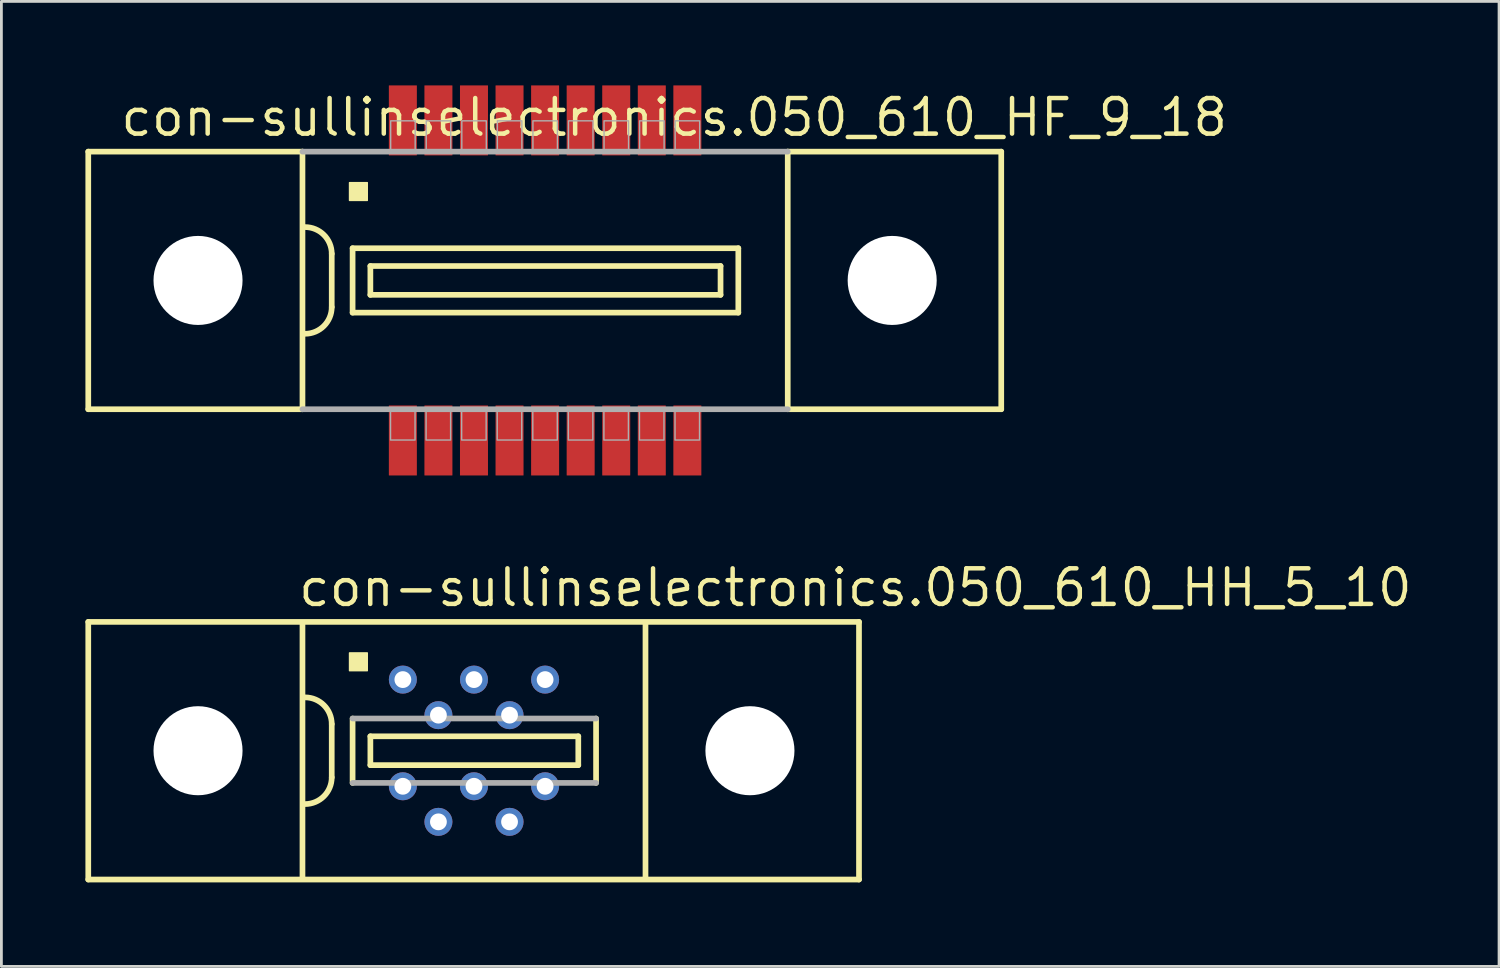
<source format=kicad_pcb>
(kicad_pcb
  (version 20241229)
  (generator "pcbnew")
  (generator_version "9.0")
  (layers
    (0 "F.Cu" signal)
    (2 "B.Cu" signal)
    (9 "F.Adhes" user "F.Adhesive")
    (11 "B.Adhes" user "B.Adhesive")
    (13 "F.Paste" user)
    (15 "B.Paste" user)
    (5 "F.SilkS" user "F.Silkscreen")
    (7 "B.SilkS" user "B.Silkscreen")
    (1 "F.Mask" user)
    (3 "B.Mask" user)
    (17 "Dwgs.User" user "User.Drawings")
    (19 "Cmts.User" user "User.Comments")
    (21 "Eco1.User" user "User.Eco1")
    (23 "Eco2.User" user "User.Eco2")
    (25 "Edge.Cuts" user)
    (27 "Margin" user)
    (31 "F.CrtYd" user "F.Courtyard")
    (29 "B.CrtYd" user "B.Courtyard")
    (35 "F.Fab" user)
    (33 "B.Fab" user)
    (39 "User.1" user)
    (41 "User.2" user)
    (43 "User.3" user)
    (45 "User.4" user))
  (footprint "con-sullinselectronics.050_610_HH_5_10"
    (layer "F.Cu")
    (at 13.877 23.76)
    (property "Reference" "con-sullinselectronics.050_610_HH_5_10" (at -6.35 -5.08 0) (layer "F.SilkS") (effects (font (size 1.27 1.27) (thickness 0.16)) (justify left bottom)))
    (attr through_hole)
    (fp_line (start -13.775 -4.6) (end -13.775 4.6) (stroke (width 0.203) (type default)) (layer "F.SilkS"))
    (fp_line (start -13.775 4.6) (end 13.75 4.6) (stroke (width 0.203) (type default)) (layer "F.SilkS"))
    (fp_line (start -6.125 -4.55) (end -6.125 4.55) (stroke (width 0.203) (type default)) (layer "F.SilkS"))
    (fp_line (start -5.08 -0.953) (end -5.08 0.953) (stroke (width 0.203) (type default)) (layer "F.SilkS"))
    (fp_line (start -4.335 -1.15) (end -4.335 1.15) (stroke (width 0.203) (type default)) (layer "F.SilkS"))
    (fp_line (start -3.7 -0.515) (end -3.7 0.515) (stroke (width 0.203) (type default)) (layer "F.SilkS"))
    (fp_line (start -3.7 0.515) (end 3.725 0.515) (stroke (width 0.203) (type default)) (layer "F.SilkS"))
    (fp_line (start 3.725 -0.515) (end -3.7 -0.515) (stroke (width 0.203) (type default)) (layer "F.SilkS"))
    (fp_line (start 3.725 0.515) (end 3.725 -0.515) (stroke (width 0.203) (type default)) (layer "F.SilkS"))
    (fp_line (start 4.36 1.15) (end 4.36 -1.15) (stroke (width 0.203) (type default)) (layer "F.SilkS"))
    (fp_line (start 6.125 4.55) (end 6.125 -4.55) (stroke (width 0.203) (type default)) (layer "F.SilkS"))
    (fp_line (start 13.75 -4.6) (end -13.775 -4.6) (stroke (width 0.203) (type default)) (layer "F.SilkS"))
    (fp_line (start 13.75 4.6) (end 13.75 -4.6) (stroke (width 0.203) (type default)) (layer "F.SilkS"))
    (fp_rect (start -4.445 -2.857) (end -3.81 -3.493) (stroke (width 0.05) (type default)) (fill yes) (layer "F.SilkS"))
    (fp_arc (start -6.0325 -1.905) (mid -5.358981 -1.626019) (end -5.08 -0.9525) (stroke (width 0.2032) (type default)) (layer "F.SilkS"))
    (fp_arc (start -5.08 0.9525) (mid -5.35901 1.62599) (end -6.0325 1.905) (stroke (width 0.2032) (type default)) (layer "F.SilkS"))
    (fp_line (start -4.335 1.15) (end 4.36 1.15) (stroke (width 0.203) (type default)) (layer "F.Fab"))
    (fp_line (start 4.36 -1.15) (end -4.335 -1.15) (stroke (width 0.203) (type default)) (layer "F.Fab"))
    (pad "" np_thru_hole circle (at -9.855 0) (size 3.18 3.18) (drill 3.18) (layers "*.Cu" "*.Mask"))
    (pad "" np_thru_hole circle (at 9.855 0) (size 3.18 3.18) (drill 3.18) (layers "*.Cu" "*.Mask"))
    (pad "1" thru_hole circle (at -2.54 -2.54) (size 1 1) (drill 0.6) (layers "*.Cu" "*.Mask"))
    (pad "2" thru_hole circle (at -1.27 -1.27) (size 1 1) (drill 0.6) (layers "*.Cu" "*.Mask"))
    (pad "3" thru_hole circle (at 0 -2.54) (size 1 1) (drill 0.6) (layers "*.Cu" "*.Mask"))
    (pad "4" thru_hole circle (at 1.27 -1.27) (size 1 1) (drill 0.6) (layers "*.Cu" "*.Mask"))
    (pad "5" thru_hole circle (at 2.54 -2.54) (size 1 1) (drill 0.6) (layers "*.Cu" "*.Mask"))
    (pad "6" thru_hole circle (at -2.54 1.27 180) (size 1 1) (drill 0.6) (layers "*.Cu" "*.Mask"))
    (pad "7" thru_hole circle (at -1.27 2.54 180) (size 1 1) (drill 0.6) (layers "*.Cu" "*.Mask"))
    (pad "8" thru_hole circle (at 0 1.27 180) (size 1 1) (drill 0.6) (layers "*.Cu" "*.Mask"))
    (pad "9" thru_hole circle (at 1.27 2.54 180) (size 1 1) (drill 0.6) (layers "*.Cu" "*.Mask"))
    (pad "10" thru_hole circle (at 2.54 1.27 180) (size 1 1) (drill 0.6) (layers "*.Cu" "*.Mask")))
  (footprint "con-sullinselectronics.050_610_HF_9_18"
    (layer "F.Cu")
    (at 16.417 6.965)
    (property "Reference" "con-sullinselectronics.050_610_HF_9_18" (at -15.24 -5.08 0) (layer "F.SilkS") (effects (font (size 1.27 1.27) (thickness 0.16)) (justify left bottom)))
    (attr smd)
    (fp_line (start -16.315 -4.6) (end -16.315 4.6) (stroke (width 0.203) (type default)) (layer "F.SilkS"))
    (fp_line (start -16.315 4.6) (end -8.665 4.6) (stroke (width 0.203) (type default)) (layer "F.SilkS"))
    (fp_line (start -8.665 -4.6) (end -16.315 -4.6) (stroke (width 0.203) (type default)) (layer "F.SilkS"))
    (fp_line (start -8.665 -4.6) (end -8.665 4.6) (stroke (width 0.203) (type default)) (layer "F.SilkS"))
    (fp_line (start -7.62 -0.953) (end -7.62 0.953) (stroke (width 0.203) (type default)) (layer "F.SilkS"))
    (fp_line (start -6.875 -1.15) (end -6.875 1.15) (stroke (width 0.203) (type default)) (layer "F.SilkS"))
    (fp_line (start -6.875 1.15) (end 6.9 1.15) (stroke (width 0.203) (type default)) (layer "F.SilkS"))
    (fp_line (start -6.24 -0.515) (end -6.24 0.515) (stroke (width 0.203) (type default)) (layer "F.SilkS"))
    (fp_line (start -6.24 0.515) (end 6.265 0.515) (stroke (width 0.203) (type default)) (layer "F.SilkS"))
    (fp_line (start 6.265 -0.515) (end -6.24 -0.515) (stroke (width 0.203) (type default)) (layer "F.SilkS"))
    (fp_line (start 6.265 0.515) (end 6.265 -0.515) (stroke (width 0.203) (type default)) (layer "F.SilkS"))
    (fp_line (start 6.9 -1.15) (end -6.875 -1.15) (stroke (width 0.203) (type default)) (layer "F.SilkS"))
    (fp_line (start 6.9 1.15) (end 6.9 -1.15) (stroke (width 0.203) (type default)) (layer "F.SilkS"))
    (fp_line (start 8.665 4.6) (end 8.665 -4.6) (stroke (width 0.203) (type default)) (layer "F.SilkS"))
    (fp_line (start 8.665 4.6) (end 16.29 4.6) (stroke (width 0.203) (type default)) (layer "F.SilkS"))
    (fp_line (start 16.29 -4.6) (end 8.665 -4.6) (stroke (width 0.203) (type default)) (layer "F.SilkS"))
    (fp_line (start 16.29 4.6) (end 16.29 -4.6) (stroke (width 0.203) (type default)) (layer "F.SilkS"))
    (fp_rect (start -6.985 -2.857) (end -6.35 -3.493) (stroke (width 0.05) (type default)) (fill yes) (layer "F.SilkS"))
    (fp_arc (start -8.5725 -1.905) (mid -7.898981 -1.626019) (end -7.62 -0.9525) (stroke (width 0.2032) (type default)) (layer "F.SilkS"))
    (fp_arc (start -7.62 0.9525) (mid -7.89901 1.62599) (end -8.5725 1.905) (stroke (width 0.2032) (type default)) (layer "F.SilkS"))
    (fp_line (start -8.665 4.6) (end 8.665 4.6) (stroke (width 0.203) (type default)) (layer "F.Fab"))
    (fp_line (start 8.665 -4.6) (end -8.665 -4.6) (stroke (width 0.203) (type default)) (layer "F.Fab"))
    (fp_rect (start -5.52 5.7) (end -4.645 4.65) (stroke (width 0.05) (type default)) (fill no) (layer "F.Fab"))
    (fp_rect (start -5.515 -4.65) (end -4.64 -5.7) (stroke (width 0.05) (type default)) (fill no) (layer "F.Fab"))
    (fp_rect (start -4.25 5.7) (end -3.375 4.65) (stroke (width 0.05) (type default)) (fill no) (layer "F.Fab"))
    (fp_rect (start -4.245 -4.65) (end -3.37 -5.7) (stroke (width 0.05) (type default)) (fill no) (layer "F.Fab"))
    (fp_rect (start -2.98 5.7) (end -2.105 4.65) (stroke (width 0.05) (type default)) (fill no) (layer "F.Fab"))
    (fp_rect (start -2.975 -4.65) (end -2.1 -5.7) (stroke (width 0.05) (type default)) (fill no) (layer "F.Fab"))
    (fp_rect (start -1.71 5.7) (end -0.835 4.65) (stroke (width 0.05) (type default)) (fill no) (layer "F.Fab"))
    (fp_rect (start -1.705 -4.65) (end -0.83 -5.7) (stroke (width 0.05) (type default)) (fill no) (layer "F.Fab"))
    (fp_rect (start -0.44 5.7) (end 0.435 4.65) (stroke (width 0.05) (type default)) (fill no) (layer "F.Fab"))
    (fp_rect (start -0.435 -4.65) (end 0.44 -5.7) (stroke (width 0.05) (type default)) (fill no) (layer "F.Fab"))
    (fp_rect (start 0.83 5.7) (end 1.705 4.65) (stroke (width 0.05) (type default)) (fill no) (layer "F.Fab"))
    (fp_rect (start 0.835 -4.65) (end 1.71 -5.7) (stroke (width 0.05) (type default)) (fill no) (layer "F.Fab"))
    (fp_rect (start 2.1 5.7) (end 2.975 4.65) (stroke (width 0.05) (type default)) (fill no) (layer "F.Fab"))
    (fp_rect (start 2.105 -4.65) (end 2.98 -5.7) (stroke (width 0.05) (type default)) (fill no) (layer "F.Fab"))
    (fp_rect (start 3.37 5.7) (end 4.245 4.65) (stroke (width 0.05) (type default)) (fill no) (layer "F.Fab"))
    (fp_rect (start 3.375 -4.65) (end 4.25 -5.7) (stroke (width 0.05) (type default)) (fill no) (layer "F.Fab"))
    (fp_rect (start 4.64 5.7) (end 5.515 4.65) (stroke (width 0.05) (type default)) (fill no) (layer "F.Fab"))
    (fp_rect (start 4.645 -4.65) (end 5.52 -5.7) (stroke (width 0.05) (type default)) (fill no) (layer "F.Fab"))
    (pad "" np_thru_hole circle (at -12.395 0) (size 3.18 3.18) (drill 3.18) (layers "*.Cu" "*.Mask"))
    (pad "" np_thru_hole circle (at 12.395 0) (size 3.18 3.18) (drill 3.18) (layers "*.Cu" "*.Mask"))
    (pad "1" smd roundrect (at -5.08 -5.715) (size 1 2.5) (layers "F.Cu" "F.Mask" "F.Paste") (roundrect_rratio 0.01))
    (pad "2" smd roundrect (at -3.81 -5.715) (size 1 2.5) (layers "F.Cu" "F.Mask" "F.Paste") (roundrect_rratio 0.01))
    (pad "3" smd roundrect (at -2.54 -5.715) (size 1 2.5) (layers "F.Cu" "F.Mask" "F.Paste") (roundrect_rratio 0.01))
    (pad "4" smd roundrect (at -1.27 -5.715) (size 1 2.5) (layers "F.Cu" "F.Mask" "F.Paste") (roundrect_rratio 0.01))
    (pad "5" smd roundrect (at 0 -5.715) (size 1 2.5) (layers "F.Cu" "F.Mask" "F.Paste") (roundrect_rratio 0.01))
    (pad "6" smd roundrect (at 1.27 -5.715) (size 1 2.5) (layers "F.Cu" "F.Mask" "F.Paste") (roundrect_rratio 0.01))
    (pad "7" smd roundrect (at 2.54 -5.715) (size 1 2.5) (layers "F.Cu" "F.Mask" "F.Paste") (roundrect_rratio 0.01))
    (pad "8" smd roundrect (at 3.81 -5.715) (size 1 2.5) (layers "F.Cu" "F.Mask" "F.Paste") (roundrect_rratio 0.01))
    (pad "9" smd roundrect (at 5.08 -5.715) (size 1 2.5) (layers "F.Cu" "F.Mask" "F.Paste") (roundrect_rratio 0.01))
    (pad "10" smd roundrect (at -5.08 5.715 180) (size 1 2.5) (layers "F.Cu" "F.Mask" "F.Paste") (roundrect_rratio 0.01))
    (pad "11" smd roundrect (at -3.81 5.715) (size 1 2.5) (layers "F.Cu" "F.Mask" "F.Paste") (roundrect_rratio 0.01))
    (pad "12" smd roundrect (at -2.54 5.715) (size 1 2.5) (layers "F.Cu" "F.Mask" "F.Paste") (roundrect_rratio 0.01))
    (pad "13" smd roundrect (at -1.27 5.715) (size 1 2.5) (layers "F.Cu" "F.Mask" "F.Paste") (roundrect_rratio 0.01))
    (pad "14" smd roundrect (at 0 5.715) (size 1 2.5) (layers "F.Cu" "F.Mask" "F.Paste") (roundrect_rratio 0.01))
    (pad "15" smd roundrect (at 1.27 5.715) (size 1 2.5) (layers "F.Cu" "F.Mask" "F.Paste") (roundrect_rratio 0.01))
    (pad "16" smd roundrect (at 2.54 5.715) (size 1 2.5) (layers "F.Cu" "F.Mask" "F.Paste") (roundrect_rratio 0.01))
    (pad "17" smd roundrect (at 3.81 5.715) (size 1 2.5) (layers "F.Cu" "F.Mask" "F.Paste") (roundrect_rratio 0.01))
    (pad "18" smd roundrect (at 5.08 5.715) (size 1 2.5) (layers "F.Cu" "F.Mask" "F.Paste") (roundrect_rratio 0.01)))
  (gr_rect
    (start -3 -3)
    (end 50.485 31.462)
    (stroke (width 0.1) (type default))
    (fill no)
    (layer "Edge.Cuts")))
</source>
